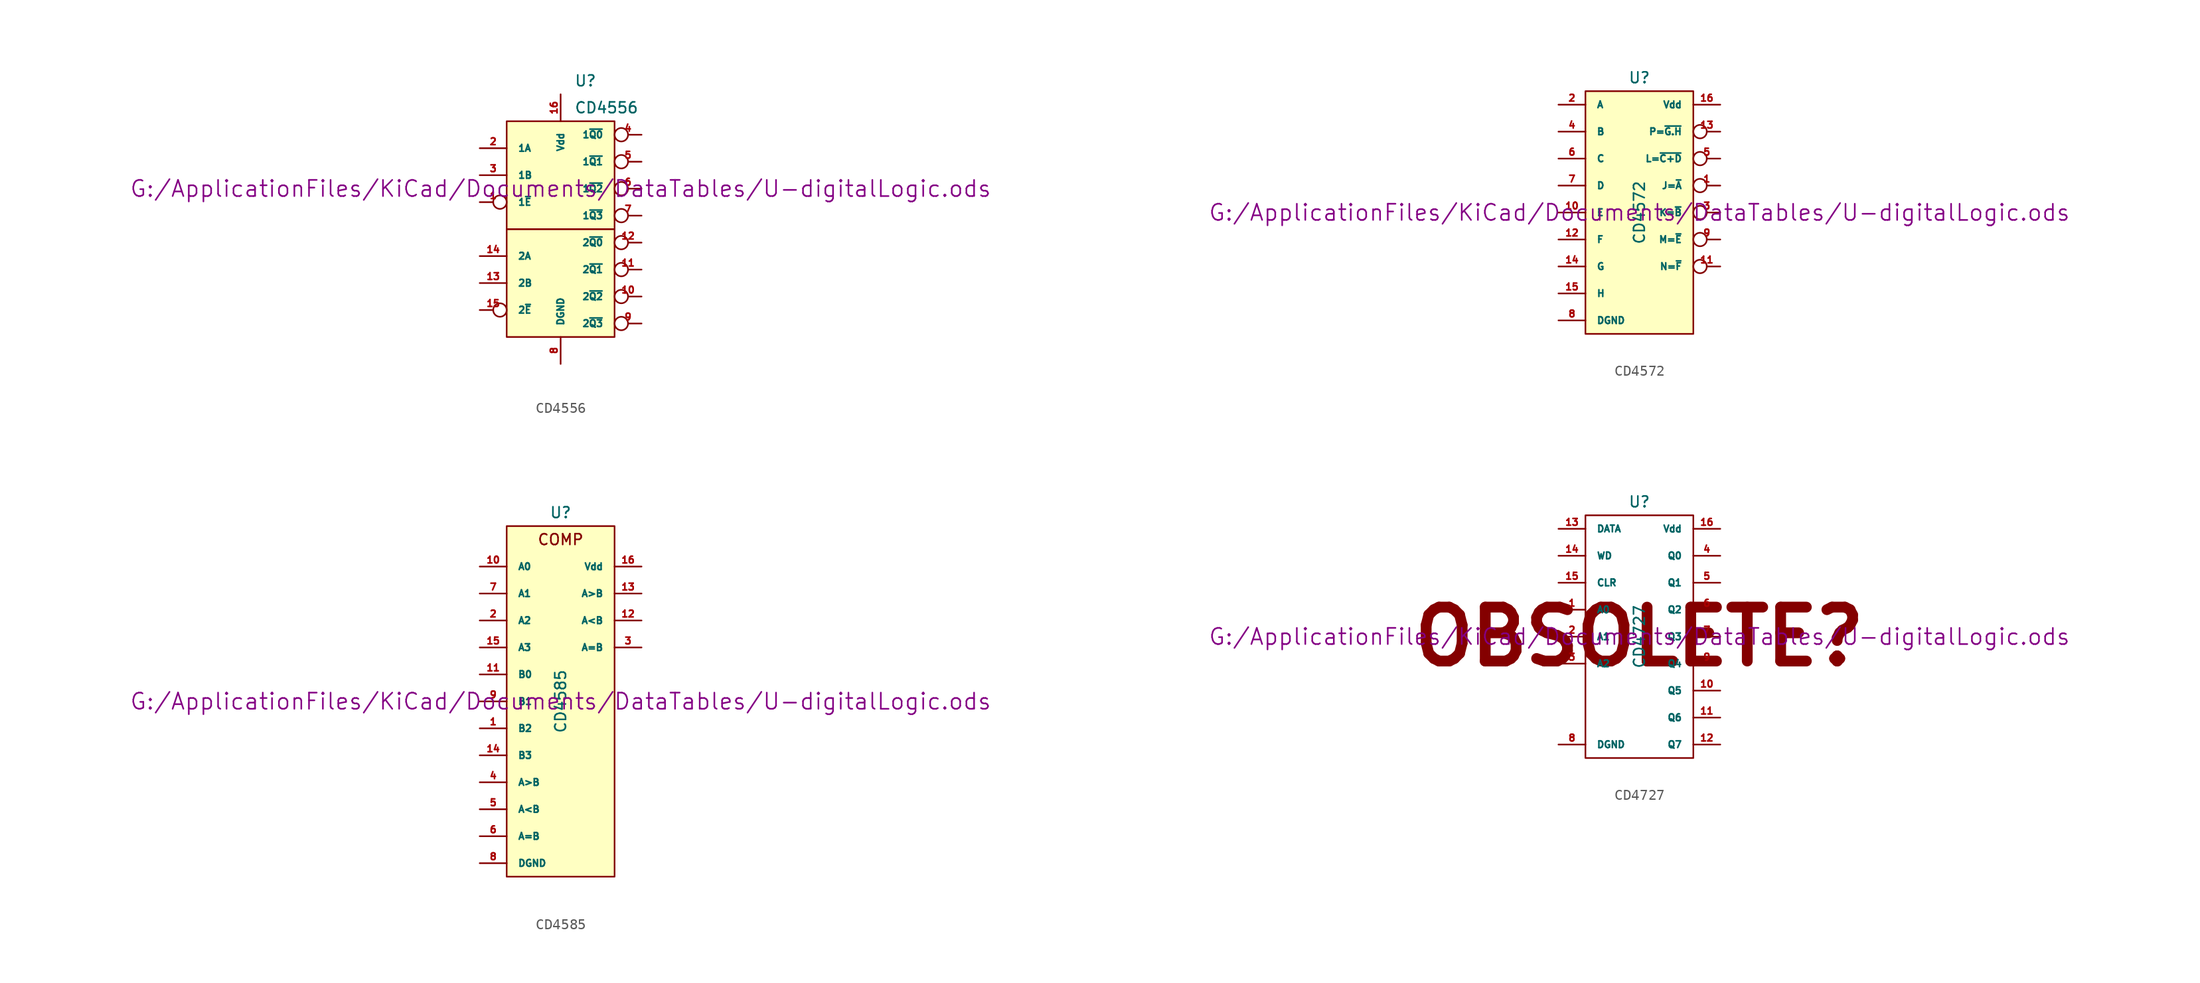
<source format=kicad_sym>
(kicad_symbol_lib
  (version 20211014)
  (generator kicad_symbol_editor)
  (symbol "CD4556"
    (pin_names
      (offset 1.016))
    (property "Reference" "U"
      (at 1.27 13.97 0)
      (effects (font (size 1.016 1.016)) (justify left)))
    (property "Value" "CD4556"
      (at 1.27 11.43 0)
      (effects (font (size 1.016 1.016)) (justify left)))
    (property "Footprint" ""
      (at 0 3.81 0)
      (effects (font (size 1.524 1.524))))
    (property "Datasheet" "G:/ApplicationFiles/KiCad/Documents/DataTables/U-digitalLogic.ods"
      (at 0 3.81 0)
      (effects (font (size 1.524 1.524))))
    (symbol "CD4556_0_1"
      (rectangle (start -5.08 0) (end 5.08 -10.16) (stroke (width 0) (type default) (color 0 0 0 0)) (fill (type background)))
      (rectangle (start -5.08 10.16) (end 5.08 0) (stroke (width 0) (type default) (color 0 0 0 0)) (fill (type background))))
    (symbol "CD4556_1_1"
      (pin input inverted (at -7.62 2.54 0) (length 2.54) (name "1~{E}" (effects (font (size 0.635 0.635)))) (number "1" (effects (font (size 0.635 0.635)))))
      (pin output inverted (at 7.62 -6.35 180) (length 2.54) (name "2~{Q2}" (effects (font (size 0.635 0.635)))) (number "10" (effects (font (size 0.635 0.635)))))
      (pin output inverted (at 7.62 -3.81 180) (length 2.54) (name "2~{Q1}" (effects (font (size 0.635 0.635)))) (number "11" (effects (font (size 0.635 0.635)))))
      (pin output inverted (at 7.62 -1.27 180) (length 2.54) (name "2~{Q0}" (effects (font (size 0.635 0.635)))) (number "12" (effects (font (size 0.635 0.635)))))
      (pin input line (at -7.62 -5.08 0) (length 2.54) (name "2B" (effects (font (size 0.635 0.635)))) (number "13" (effects (font (size 0.635 0.635)))))
      (pin input line (at -7.62 -2.54 0) (length 2.54) (name "2A" (effects (font (size 0.635 0.635)))) (number "14" (effects (font (size 0.635 0.635)))))
      (pin input inverted (at -7.62 -7.62 0) (length 2.54) (name "2~{E}" (effects (font (size 0.635 0.635)))) (number "15" (effects (font (size 0.635 0.635)))))
      (pin power_in line (at 0 12.7 270) (length 2.54) (name "Vdd" (effects (font (size 0.635 0.635)))) (number "16" (effects (font (size 0.635 0.635)))))
      (pin input line (at -7.62 7.62 0) (length 2.54) (name "1A" (effects (font (size 0.635 0.635)))) (number "2" (effects (font (size 0.635 0.635)))))
      (pin input line (at -7.62 5.08 0) (length 2.54) (name "1B" (effects (font (size 0.635 0.635)))) (number "3" (effects (font (size 0.635 0.635)))))
      (pin output inverted (at 7.62 8.89 180) (length 2.54) (name "1~{Q0}" (effects (font (size 0.635 0.635)))) (number "4" (effects (font (size 0.635 0.635)))))
      (pin output inverted (at 7.62 6.35 180) (length 2.54) (name "1~{Q1}" (effects (font (size 0.635 0.635)))) (number "5" (effects (font (size 0.635 0.635)))))
      (pin output inverted (at 7.62 3.81 180) (length 2.54) (name "1~{Q2}" (effects (font (size 0.635 0.635)))) (number "6" (effects (font (size 0.635 0.635)))))
      (pin output inverted (at 7.62 1.27 180) (length 2.54) (name "1~{Q3}" (effects (font (size 0.635 0.635)))) (number "7" (effects (font (size 0.635 0.635)))))
      (pin power_in line (at 0 -12.7 90) (length 2.54) (name "DGND" (effects (font (size 0.635 0.635)))) (number "8" (effects (font (size 0.635 0.635)))))
      (pin output inverted (at 7.62 -8.89 180) (length 2.54) (name "2~{Q3}" (effects (font (size 0.635 0.635)))) (number "9" (effects (font (size 0.635 0.635)))))))
  (symbol "CD4572"
    (pin_names
      (offset 1.016))
    (property "Reference" "U"
      (at 0 12.7 0)
      (effects (font (size 1.016 1.016))))
    (property "Value" "CD4572"
      (at 0 0 90)
      (effects (font (size 1.016 1.016))))
    (property "Footprint" ""
      (at 0 0 0)
      (effects (font (size 1.524 1.524))))
    (property "Datasheet" "G:/ApplicationFiles/KiCad/Documents/DataTables/U-digitalLogic.ods"
      (at 0 0 0)
      (effects (font (size 1.524 1.524))))
    (symbol "CD4572_0_1"
      (rectangle (start -5.08 11.43) (end 5.08 -11.43) (stroke (width 0) (type default) (color 0 0 0 0)) (fill (type background))))
    (symbol "CD4572_1_1"
      (pin output inverted (at 7.62 2.54 180) (length 2.54) (name "J=~{A}" (effects (font (size 0.635 0.635)))) (number "1" (effects (font (size 0.635 0.635)))))
      (pin input line (at -7.62 0 0) (length 2.54) (name "E" (effects (font (size 0.635 0.635)))) (number "10" (effects (font (size 0.635 0.635)))))
      (pin output inverted (at 7.62 -5.08 180) (length 2.54) (name "N=~{F}" (effects (font (size 0.635 0.635)))) (number "11" (effects (font (size 0.635 0.635)))))
      (pin input line (at -7.62 -2.54 0) (length 2.54) (name "F" (effects (font (size 0.635 0.635)))) (number "12" (effects (font (size 0.635 0.635)))))
      (pin output inverted (at 7.62 7.62 180) (length 2.54) (name "P=~{G.H}" (effects (font (size 0.635 0.635)))) (number "13" (effects (font (size 0.635 0.635)))))
      (pin input line (at -7.62 -5.08 0) (length 2.54) (name "G" (effects (font (size 0.635 0.635)))) (number "14" (effects (font (size 0.635 0.635)))))
      (pin input line (at -7.62 -7.62 0) (length 2.54) (name "H" (effects (font (size 0.635 0.635)))) (number "15" (effects (font (size 0.635 0.635)))))
      (pin power_in line (at 7.62 10.16 180) (length 2.54) (name "Vdd" (effects (font (size 0.635 0.635)))) (number "16" (effects (font (size 0.635 0.635)))))
      (pin input line (at -7.62 10.16 0) (length 2.54) (name "A" (effects (font (size 0.635 0.635)))) (number "2" (effects (font (size 0.635 0.635)))))
      (pin output inverted (at 7.62 0 180) (length 2.54) (name "K=~{B}" (effects (font (size 0.635 0.635)))) (number "3" (effects (font (size 0.635 0.635)))))
      (pin input line (at -7.62 7.62 0) (length 2.54) (name "B" (effects (font (size 0.635 0.635)))) (number "4" (effects (font (size 0.635 0.635)))))
      (pin output inverted (at 7.62 5.08 180) (length 2.54) (name "L=~{C+D}" (effects (font (size 0.635 0.635)))) (number "5" (effects (font (size 0.635 0.635)))))
      (pin input line (at -7.62 5.08 0) (length 2.54) (name "C" (effects (font (size 0.635 0.635)))) (number "6" (effects (font (size 0.635 0.635)))))
      (pin input line (at -7.62 2.54 0) (length 2.54) (name "D" (effects (font (size 0.635 0.635)))) (number "7" (effects (font (size 0.635 0.635)))))
      (pin power_in line (at -7.62 -10.16 0) (length 2.54) (name "DGND" (effects (font (size 0.635 0.635)))) (number "8" (effects (font (size 0.635 0.635)))))
      (pin output inverted (at 7.62 -2.54 180) (length 2.54) (name "M=~{E}" (effects (font (size 0.635 0.635)))) (number "9" (effects (font (size 0.635 0.635)))))))
  (symbol "CD4585"
    (pin_names
      (offset 1.016))
    (property "Reference" "U"
      (at 0 17.78 0)
      (effects (font (size 1.016 1.016))))
    (property "Value" "CD4585"
      (at 0 0 90)
      (effects (font (size 1.016 1.016))))
    (property "Footprint" ""
      (at 0 0 0)
      (effects (font (size 1.524 1.524))))
    (property "Datasheet" "G:/ApplicationFiles/KiCad/Documents/DataTables/U-digitalLogic.ods"
      (at 0 0 0)
      (effects (font (size 1.524 1.524))))
    (symbol "CD4585_0_0"
      (text "COMP" (at 0 15.24 0) (effects (font (size 1.016 1.016)))))
    (symbol "CD4585_0_1"
      (rectangle (start -5.08 16.51) (end 5.08 -16.51) (stroke (width 0) (type default) (color 0 0 0 0)) (fill (type background))))
    (symbol "CD4585_1_1"
      (pin input line (at -7.62 -2.54 0) (length 2.54) (name "B2" (effects (font (size 0.635 0.635)))) (number "1" (effects (font (size 0.635 0.635)))))
      (pin input line (at -7.62 12.7 0) (length 2.54) (name "A0" (effects (font (size 0.635 0.635)))) (number "10" (effects (font (size 0.635 0.635)))))
      (pin input line (at -7.62 2.54 0) (length 2.54) (name "B0" (effects (font (size 0.635 0.635)))) (number "11" (effects (font (size 0.635 0.635)))))
      (pin output line (at 7.62 7.62 180) (length 2.54) (name "A<B" (effects (font (size 0.635 0.635)))) (number "12" (effects (font (size 0.635 0.635)))))
      (pin output line (at 7.62 10.16 180) (length 2.54) (name "A>B" (effects (font (size 0.635 0.635)))) (number "13" (effects (font (size 0.635 0.635)))))
      (pin input line (at -7.62 -5.08 0) (length 2.54) (name "B3" (effects (font (size 0.635 0.635)))) (number "14" (effects (font (size 0.635 0.635)))))
      (pin input line (at -7.62 5.08 0) (length 2.54) (name "A3" (effects (font (size 0.635 0.635)))) (number "15" (effects (font (size 0.635 0.635)))))
      (pin power_in line (at 7.62 12.7 180) (length 2.54) (name "Vdd" (effects (font (size 0.635 0.635)))) (number "16" (effects (font (size 0.635 0.635)))))
      (pin input line (at -7.62 7.62 0) (length 2.54) (name "A2" (effects (font (size 0.635 0.635)))) (number "2" (effects (font (size 0.635 0.635)))))
      (pin output line (at 7.62 5.08 180) (length 2.54) (name "A=B" (effects (font (size 0.635 0.635)))) (number "3" (effects (font (size 0.635 0.635)))))
      (pin input line (at -7.62 -7.62 0) (length 2.54) (name "A>B" (effects (font (size 0.635 0.635)))) (number "4" (effects (font (size 0.635 0.635)))))
      (pin input line (at -7.62 -10.16 0) (length 2.54) (name "A<B" (effects (font (size 0.635 0.635)))) (number "5" (effects (font (size 0.635 0.635)))))
      (pin input line (at -7.62 -12.7 0) (length 2.54) (name "A=B" (effects (font (size 0.635 0.635)))) (number "6" (effects (font (size 0.635 0.635)))))
      (pin input line (at -7.62 10.16 0) (length 2.54) (name "A1" (effects (font (size 0.635 0.635)))) (number "7" (effects (font (size 0.635 0.635)))))
      (pin power_in line (at -7.62 -15.24 0) (length 2.54) (name "DGND" (effects (font (size 0.635 0.635)))) (number "8" (effects (font (size 0.635 0.635)))))
      (pin input line (at -7.62 0 0) (length 2.54) (name "B1" (effects (font (size 0.635 0.635)))) (number "9" (effects (font (size 0.635 0.635)))))))
  (symbol "CD4727"
    (pin_names
      (offset 1.016))
    (property "Reference" "U"
      (at 0 12.7 0)
      (effects (font (size 1.016 1.016))))
    (property "Value" "CD4727"
      (at 0 0 90)
      (effects (font (size 1.016 1.016))))
    (property "Footprint" ""
      (at 0 0 0)
      (effects (font (size 1.524 1.524))))
    (property "Datasheet" "G:/ApplicationFiles/KiCad/Documents/DataTables/U-digitalLogic.ods"
      (at 0 0 0)
      (effects (font (size 1.524 1.524))))
    (symbol "CD4727_0_0"
      (text "OBSOLETE?" (at 0 0 0) (effects (font (size 5.08 5.08) bold))))
    (symbol "CD4727_0_1"
      (rectangle (start -5.08 11.43) (end 5.08 -11.43) (stroke (width 0) (type default) (color 0 0 0 0)) (fill (type none))))
    (symbol "CD4727_1_1"
      (pin input line (at -7.62 2.54 0) (length 2.54) (name "A0" (effects (font (size 0.635 0.635)))) (number "1" (effects (font (size 0.635 0.635)))))
      (pin output line (at 7.62 -5.08 180) (length 2.54) (name "Q5" (effects (font (size 0.635 0.635)))) (number "10" (effects (font (size 0.635 0.635)))))
      (pin output line (at 7.62 -7.62 180) (length 2.54) (name "Q6" (effects (font (size 0.635 0.635)))) (number "11" (effects (font (size 0.635 0.635)))))
      (pin output line (at 7.62 -10.16 180) (length 2.54) (name "Q7" (effects (font (size 0.635 0.635)))) (number "12" (effects (font (size 0.635 0.635)))))
      (pin input line (at -7.62 10.16 0) (length 2.54) (name "DATA" (effects (font (size 0.635 0.635)))) (number "13" (effects (font (size 0.635 0.635)))))
      (pin input line (at -7.62 7.62 0) (length 2.54) (name "WD" (effects (font (size 0.635 0.635)))) (number "14" (effects (font (size 0.635 0.635)))))
      (pin input line (at -7.62 5.08 0) (length 2.54) (name "CLR" (effects (font (size 0.635 0.635)))) (number "15" (effects (font (size 0.635 0.635)))))
      (pin power_in line (at 7.62 10.16 180) (length 2.54) (name "Vdd" (effects (font (size 0.635 0.635)))) (number "16" (effects (font (size 0.635 0.635)))))
      (pin input line (at -7.62 0 0) (length 2.54) (name "A1" (effects (font (size 0.635 0.635)))) (number "2" (effects (font (size 0.635 0.635)))))
      (pin input line (at -7.62 -2.54 0) (length 2.54) (name "A2" (effects (font (size 0.635 0.635)))) (number "3" (effects (font (size 0.635 0.635)))))
      (pin output line (at 7.62 7.62 180) (length 2.54) (name "Q0" (effects (font (size 0.635 0.635)))) (number "4" (effects (font (size 0.635 0.635)))))
      (pin output line (at 7.62 5.08 180) (length 2.54) (name "Q1" (effects (font (size 0.635 0.635)))) (number "5" (effects (font (size 0.635 0.635)))))
      (pin output line (at 7.62 2.54 180) (length 2.54) (name "Q2" (effects (font (size 0.635 0.635)))) (number "6" (effects (font (size 0.635 0.635)))))
      (pin output line (at 7.62 0 180) (length 2.54) (name "Q3" (effects (font (size 0.635 0.635)))) (number "7" (effects (font (size 0.635 0.635)))))
      (pin power_in line (at -7.62 -10.16 0) (length 2.54) (name "DGND" (effects (font (size 0.635 0.635)))) (number "8" (effects (font (size 0.635 0.635)))))
      (pin output line (at 7.62 -2.54 180) (length 2.54) (name "Q4" (effects (font (size 0.635 0.635)))) (number "9" (effects (font (size 0.635 0.635))))))))
</source>
